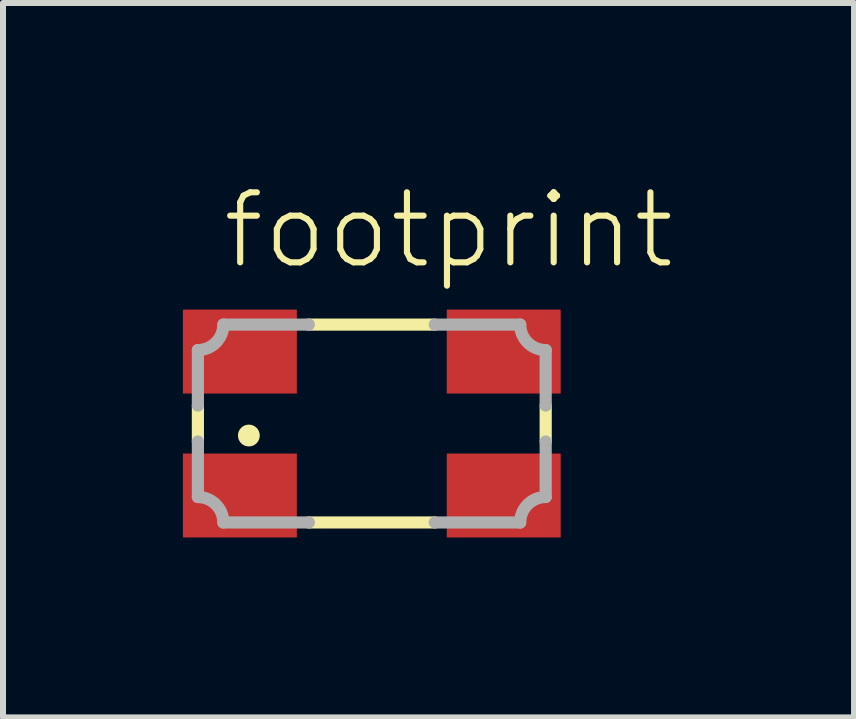
<source format=kicad_pcb>
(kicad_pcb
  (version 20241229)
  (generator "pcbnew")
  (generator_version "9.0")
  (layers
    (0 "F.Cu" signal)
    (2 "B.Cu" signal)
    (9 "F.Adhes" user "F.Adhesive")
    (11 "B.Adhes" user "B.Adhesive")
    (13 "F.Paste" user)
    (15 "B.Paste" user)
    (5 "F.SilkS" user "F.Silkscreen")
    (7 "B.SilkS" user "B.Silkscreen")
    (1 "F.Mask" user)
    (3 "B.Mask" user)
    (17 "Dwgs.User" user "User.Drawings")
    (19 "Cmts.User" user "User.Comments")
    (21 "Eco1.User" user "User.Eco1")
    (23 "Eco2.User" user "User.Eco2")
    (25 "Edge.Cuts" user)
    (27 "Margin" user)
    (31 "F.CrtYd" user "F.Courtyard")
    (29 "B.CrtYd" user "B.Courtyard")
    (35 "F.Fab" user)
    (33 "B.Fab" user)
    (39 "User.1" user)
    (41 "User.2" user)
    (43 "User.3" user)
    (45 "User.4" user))
  (footprint "footprint"
    (layer "F.Cu")
    (at 3.15 4.013)
    (property "Reference" "footprint" (at -2.54 -2.54 0) (layer "F.SilkS") (effects (font (size 1.168 1.168) (thickness 0.102)) (justify left bottom)))
    (fp_line (start -2.9 0.3) (end -2.9 -0.3) (stroke (width 0.203) (type solid)) (layer "F.SilkS"))
    (fp_line (start -1.05 -1.65) (end 1.05 -1.65) (stroke (width 0.203) (type solid)) (layer "F.SilkS"))
    (fp_line (start 1.05 1.65) (end -1.05 1.65) (stroke (width 0.203) (type solid)) (layer "F.SilkS"))
    (fp_line (start 2.9 -0.3) (end 2.9 0.3) (stroke (width 0.203) (type solid)) (layer "F.SilkS"))
    (fp_circle (center -2.05 0.2) (end -1.959 0.2) (stroke (width 0.182) (type solid)) (fill yes) (layer "F.SilkS"))
    (fp_line (start -2.9 -0.3) (end -2.9 -1.225) (stroke (width 0.203) (type solid)) (layer "F.Fab"))
    (fp_line (start -2.9 1.225) (end -2.9 0.3) (stroke (width 0.203) (type solid)) (layer "F.Fab"))
    (fp_line (start -2.475 -1.65) (end -1.05 -1.65) (stroke (width 0.203) (type solid)) (layer "F.Fab"))
    (fp_line (start -1.05 1.65) (end -2.475 1.65) (stroke (width 0.203) (type solid)) (layer "F.Fab"))
    (fp_line (start 1.05 -1.65) (end 2.475 -1.65) (stroke (width 0.203) (type solid)) (layer "F.Fab"))
    (fp_line (start 2.475 1.65) (end 1.05 1.65) (stroke (width 0.203) (type solid)) (layer "F.Fab"))
    (fp_line (start 2.9 -1.225) (end 2.9 -0.3) (stroke (width 0.203) (type solid)) (layer "F.Fab"))
    (fp_line (start 2.9 0.3) (end 2.9 1.225) (stroke (width 0.203) (type solid)) (layer "F.Fab"))
    (fp_arc (start -2.899998 1.225) (mid -2.600003 1.350005) (end -2.475 1.65) (stroke (width 0.2032) (type solid)) (layer "F.Fab"))
    (fp_arc (start -2.475 -1.649998) (mid -2.600005 -1.350003) (end -2.9 -1.225) (stroke (width 0.2032) (type solid)) (layer "F.Fab"))
    (fp_arc (start 2.475 1.649998) (mid 2.600005 1.350003) (end 2.9 1.225) (stroke (width 0.2032) (type solid)) (layer "F.Fab"))
    (fp_arc (start 2.899998 -1.225) (mid 2.600003 -1.350005) (end 2.475 -1.65) (stroke (width 0.2032) (type solid)) (layer "F.Fab"))
    (pad "1" smd rect (at -2.2 1.2) (size 1.9 1.4) (layers "F.Cu" "F.Mask" "F.Paste"))
    (pad "2" smd rect (at 2.2 1.2) (size 1.9 1.4) (layers "F.Cu" "F.Mask" "F.Paste"))
    (pad "3" smd rect (at 2.2 -1.2) (size 1.9 1.4) (layers "F.Cu" "F.Mask" "F.Paste"))
    (pad "4" smd rect (at -2.2 -1.2) (size 1.9 1.4) (layers "F.Cu" "F.Mask" "F.Paste")))
  (gr_rect
    (start -3 -3)
    (end 11.192 8.913)
    (stroke (width 0.1) (type default))
    (fill no)
    (layer "Edge.Cuts")))
</source>
